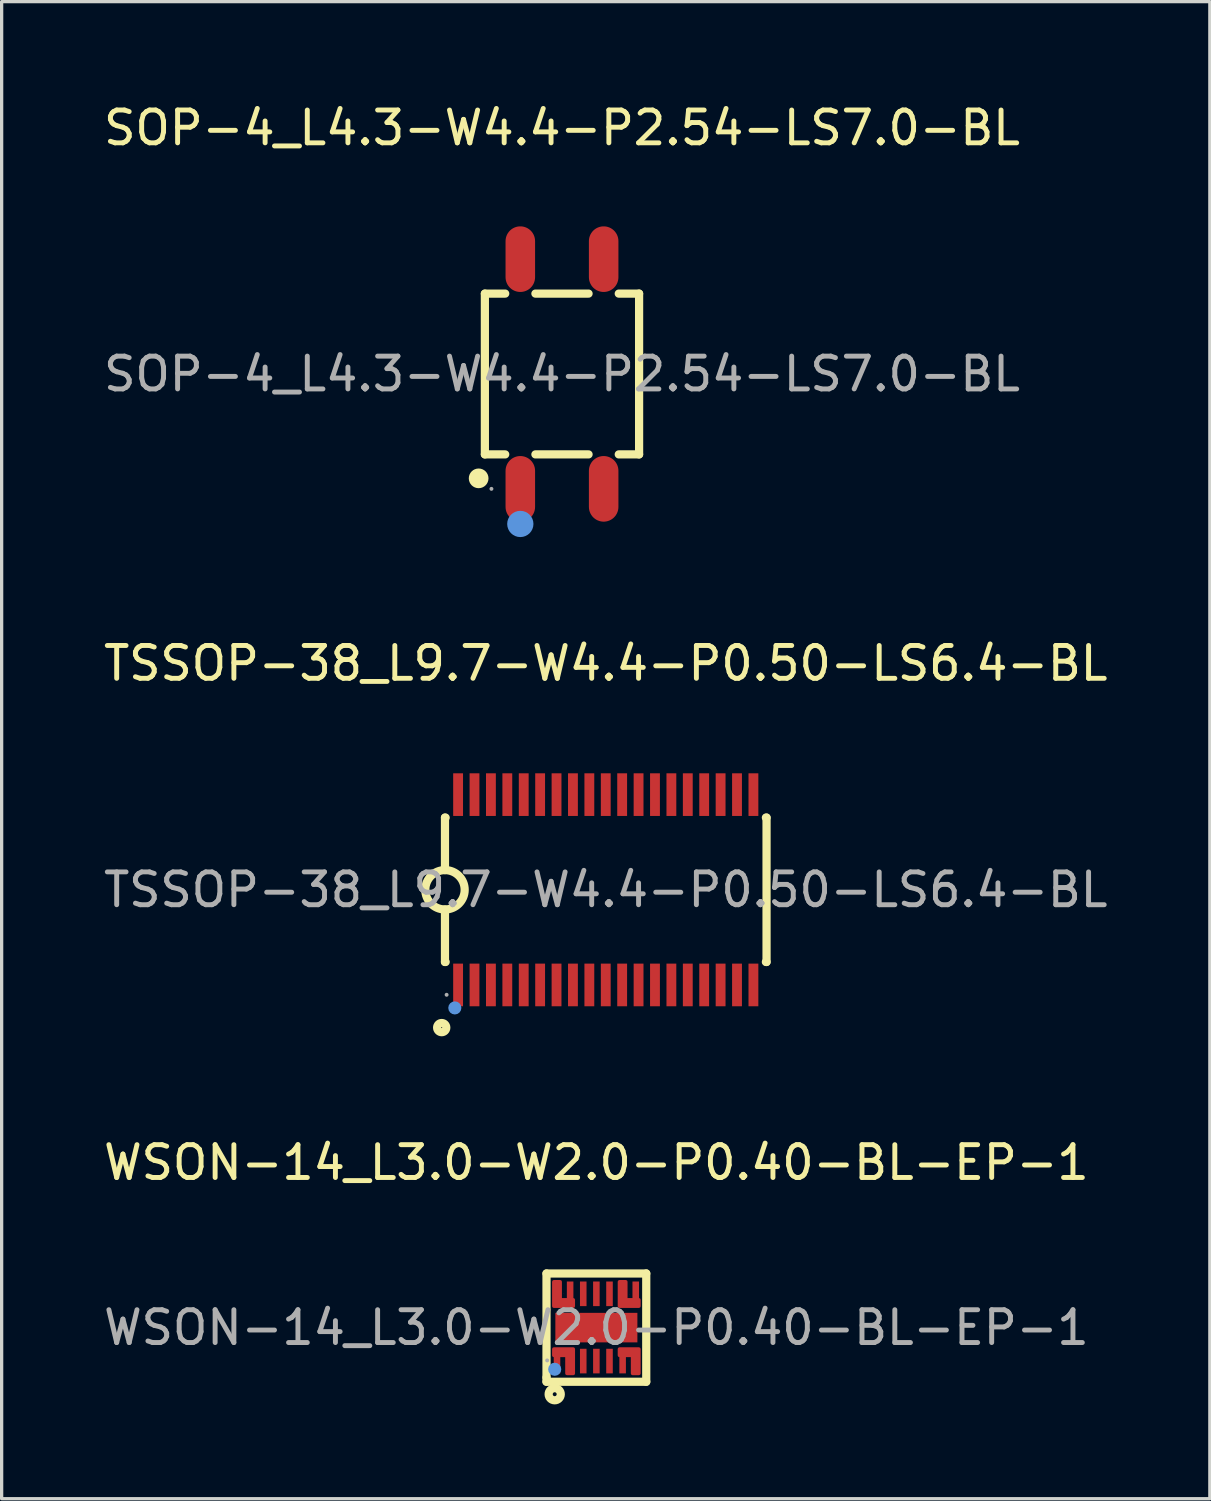
<source format=kicad_pcb>
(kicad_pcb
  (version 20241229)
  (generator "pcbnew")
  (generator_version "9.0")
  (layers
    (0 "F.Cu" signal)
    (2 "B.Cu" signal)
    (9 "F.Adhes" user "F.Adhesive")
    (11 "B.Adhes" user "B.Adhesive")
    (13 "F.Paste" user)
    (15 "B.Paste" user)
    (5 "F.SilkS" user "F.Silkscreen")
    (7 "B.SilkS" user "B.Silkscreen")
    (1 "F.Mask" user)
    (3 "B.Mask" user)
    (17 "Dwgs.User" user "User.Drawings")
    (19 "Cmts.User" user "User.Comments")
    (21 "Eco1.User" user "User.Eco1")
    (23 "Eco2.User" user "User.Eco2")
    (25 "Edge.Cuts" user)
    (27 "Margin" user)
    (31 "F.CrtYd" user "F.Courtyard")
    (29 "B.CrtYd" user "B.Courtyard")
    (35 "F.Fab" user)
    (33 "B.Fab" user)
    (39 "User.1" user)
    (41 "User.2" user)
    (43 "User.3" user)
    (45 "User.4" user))
  (footprint "TSSOP-38_L9.7-W4.4-P0.50-LS6.4-BL"
    (layer "F.Cu")
    (at 15.411 24.067)
    (property "Reference" "TSSOP-38_L9.7-W4.4-P0.50-LS6.4-BL" (at 0 -6.9 0) (layer "F.SilkS") (effects (font (size 1 1) (thickness 0.15))))
    (attr smd)
    (fp_line (start -4.9 -2.2) (end -4.9 -0.6) (stroke (width 0.25) (type solid)) (layer "F.SilkS"))
    (fp_line (start -4.9 -2.2) (end -4.88 -2.2) (stroke (width 0.25) (type solid)) (layer "F.SilkS"))
    (fp_line (start -4.9 2.2) (end -4.9 0.6) (stroke (width 0.25) (type solid)) (layer "F.SilkS"))
    (fp_line (start -4.9 2.2) (end -4.88 2.2) (stroke (width 0.25) (type solid)) (layer "F.SilkS"))
    (fp_line (start 4.88 -2.2) (end 4.9 -2.2) (stroke (width 0.25) (type solid)) (layer "F.SilkS"))
    (fp_line (start 4.88 2.2) (end 4.9 2.2) (stroke (width 0.25) (type solid)) (layer "F.SilkS"))
    (fp_line (start 4.9 -2.2) (end 4.9 2.2) (stroke (width 0.25) (type solid)) (layer "F.SilkS"))
    (fp_arc (start -4.910471 0.599909) (mid -4.894764 -0.599978) (end -4.9 0.6) (stroke (width 0.25) (type solid)) (layer "F.SilkS"))
    (fp_circle (center -5 4.2) (end -4.86 4.2) (stroke (width 0.25) (type solid)) (fill no) (layer "F.SilkS"))
    (fp_circle (center -4.6 3.6) (end -4.5 3.6) (stroke (width 0.2) (type solid)) (fill no) (layer "Cmts.User"))
    (fp_circle (center -4.85 3.2) (end -4.82 3.2) (stroke (width 0.06) (type solid)) (fill no) (layer "F.Fab"))
    (fp_text user "${REFERENCE}" (at 0 0 0) (layer "F.Fab") (effects (font (size 1 1) (thickness 0.15))))
    (pad "1" smd rect (at -4.5 2.9 90) (size 1.3 0.3) (layers "F.Cu" "F.Mask" "F.Paste"))
    (pad "2" smd rect (at -4 2.9 90) (size 1.3 0.3) (layers "F.Cu" "F.Mask" "F.Paste"))
    (pad "3" smd rect (at -3.5 2.9 90) (size 1.3 0.3) (layers "F.Cu" "F.Mask" "F.Paste"))
    (pad "4" smd rect (at -3 2.9 90) (size 1.3 0.3) (layers "F.Cu" "F.Mask" "F.Paste"))
    (pad "5" smd rect (at -2.5 2.9 90) (size 1.3 0.3) (layers "F.Cu" "F.Mask" "F.Paste"))
    (pad "6" smd rect (at -2 2.9 90) (size 1.3 0.3) (layers "F.Cu" "F.Mask" "F.Paste"))
    (pad "7" smd rect (at -1.5 2.9 90) (size 1.3 0.3) (layers "F.Cu" "F.Mask" "F.Paste"))
    (pad "8" smd rect (at -1 2.9 90) (size 1.3 0.3) (layers "F.Cu" "F.Mask" "F.Paste"))
    (pad "9" smd rect (at -0.5 2.9 90) (size 1.3 0.3) (layers "F.Cu" "F.Mask" "F.Paste"))
    (pad "10" smd rect (at 0 2.9 90) (size 1.3 0.3) (layers "F.Cu" "F.Mask" "F.Paste"))
    (pad "11" smd rect (at 0.5 2.9 90) (size 1.3 0.3) (layers "F.Cu" "F.Mask" "F.Paste"))
    (pad "12" smd rect (at 1 2.9 90) (size 1.3 0.3) (layers "F.Cu" "F.Mask" "F.Paste"))
    (pad "13" smd rect (at 1.5 2.9 90) (size 1.3 0.3) (layers "F.Cu" "F.Mask" "F.Paste"))
    (pad "14" smd rect (at 2 2.9 90) (size 1.3 0.3) (layers "F.Cu" "F.Mask" "F.Paste"))
    (pad "15" smd rect (at 2.5 2.9 90) (size 1.3 0.3) (layers "F.Cu" "F.Mask" "F.Paste"))
    (pad "16" smd rect (at 3 2.9 90) (size 1.3 0.3) (layers "F.Cu" "F.Mask" "F.Paste"))
    (pad "17" smd rect (at 3.5 2.9 90) (size 1.3 0.3) (layers "F.Cu" "F.Mask" "F.Paste"))
    (pad "18" smd rect (at 4 2.9 90) (size 1.3 0.3) (layers "F.Cu" "F.Mask" "F.Paste"))
    (pad "19" smd rect (at 4.5 2.9 90) (size 1.3 0.3) (layers "F.Cu" "F.Mask" "F.Paste"))
    (pad "20" smd rect (at 4.5 -2.9 90) (size 1.3 0.3) (layers "F.Cu" "F.Mask" "F.Paste"))
    (pad "21" smd rect (at 4 -2.9 90) (size 1.3 0.3) (layers "F.Cu" "F.Mask" "F.Paste"))
    (pad "22" smd rect (at 3.5 -2.9 90) (size 1.3 0.3) (layers "F.Cu" "F.Mask" "F.Paste"))
    (pad "23" smd rect (at 3 -2.9 90) (size 1.3 0.3) (layers "F.Cu" "F.Mask" "F.Paste"))
    (pad "24" smd rect (at 2.5 -2.9 90) (size 1.3 0.3) (layers "F.Cu" "F.Mask" "F.Paste"))
    (pad "25" smd rect (at 2 -2.9 90) (size 1.3 0.3) (layers "F.Cu" "F.Mask" "F.Paste"))
    (pad "26" smd rect (at 1.5 -2.9 90) (size 1.3 0.3) (layers "F.Cu" "F.Mask" "F.Paste"))
    (pad "27" smd rect (at 1 -2.9 90) (size 1.3 0.3) (layers "F.Cu" "F.Mask" "F.Paste"))
    (pad "28" smd rect (at 0.5 -2.9 90) (size 1.3 0.3) (layers "F.Cu" "F.Mask" "F.Paste"))
    (pad "29" smd rect (at 0 -2.9 90) (size 1.3 0.3) (layers "F.Cu" "F.Mask" "F.Paste"))
    (pad "30" smd rect (at -0.5 -2.9 90) (size 1.3 0.3) (layers "F.Cu" "F.Mask" "F.Paste"))
    (pad "31" smd rect (at -1 -2.9 90) (size 1.3 0.3) (layers "F.Cu" "F.Mask" "F.Paste"))
    (pad "32" smd rect (at -1.5 -2.9 90) (size 1.3 0.3) (layers "F.Cu" "F.Mask" "F.Paste"))
    (pad "33" smd rect (at -2 -2.9 90) (size 1.3 0.3) (layers "F.Cu" "F.Mask" "F.Paste"))
    (pad "34" smd rect (at -2.5 -2.9 90) (size 1.3 0.3) (layers "F.Cu" "F.Mask" "F.Paste"))
    (pad "35" smd rect (at -3 -2.9 90) (size 1.3 0.3) (layers "F.Cu" "F.Mask" "F.Paste"))
    (pad "36" smd rect (at -3.5 -2.9 90) (size 1.3 0.3) (layers "F.Cu" "F.Mask" "F.Paste"))
    (pad "37" smd rect (at -4 -2.9 90) (size 1.3 0.3) (layers "F.Cu" "F.Mask" "F.Paste"))
    (pad "38" smd rect (at -4.5 -2.9 90) (size 1.3 0.3) (layers "F.Cu" "F.Mask" "F.Paste")))
  (footprint "SOP-4_L4.3-W4.4-P2.54-LS7.0-BL"
    (layer "F.Cu")
    (at 14.077 8.348)
    (property "Reference" "SOP-4_L4.3-W4.4-P2.54-LS7.0-BL" (at 0 -7.5 0) (layer "F.SilkS") (effects (font (size 1 1) (thickness 0.15))))
    (attr smd)
    (fp_line (start -2.35 -2.45) (end -2.35 2.45) (stroke (width 0.25) (type solid)) (layer "F.SilkS"))
    (fp_line (start -2.35 -2.45) (end -1.73 -2.45) (stroke (width 0.25) (type solid)) (layer "F.SilkS"))
    (fp_line (start -2.35 2.45) (end -1.73 2.45) (stroke (width 0.25) (type solid)) (layer "F.SilkS"))
    (fp_line (start -0.81 -2.45) (end 0.81 -2.45) (stroke (width 0.25) (type solid)) (layer "F.SilkS"))
    (fp_line (start -0.81 2.45) (end 0.81 2.45) (stroke (width 0.25) (type solid)) (layer "F.SilkS"))
    (fp_line (start 1.73 -2.45) (end 2.35 -2.45) (stroke (width 0.25) (type solid)) (layer "F.SilkS"))
    (fp_line (start 1.73 2.45) (end 2.35 2.45) (stroke (width 0.25) (type solid)) (layer "F.SilkS"))
    (fp_line (start 2.35 -2.45) (end 2.35 2.45) (stroke (width 0.25) (type solid)) (layer "F.SilkS"))
    (fp_arc (start -2.54 3.18) (mid -2.54 3.18) (end -2.54 3.18) (stroke (width 0.3) (type solid)) (layer "F.SilkS"))
    (fp_circle (center -1.27 4.57) (end -1.07 4.57) (stroke (width 0.4) (type solid)) (fill no) (layer "Cmts.User"))
    (fp_circle (center -2.15 3.5) (end -2.12 3.5) (stroke (width 0.06) (type solid)) (fill no) (layer "F.Fab"))
    (fp_text user "${REFERENCE}" (at 0 0 0) (layer "F.Fab") (effects (font (size 1 1) (thickness 0.15))))
    (pad "1" smd oval (at -1.27 3.5 180) (size 0.9 2) (layers "F.Cu" "F.Mask" "F.Paste"))
    (pad "2" smd oval (at 1.27 3.5 180) (size 0.9 2) (layers "F.Cu" "F.Mask" "F.Paste"))
    (pad "3" smd oval (at 1.27 -3.5 180) (size 0.9 2) (layers "F.Cu" "F.Mask" "F.Paste"))
    (pad "4" smd oval (at -1.27 -3.5 180) (size 0.9 2) (layers "F.Cu" "F.Mask" "F.Paste")))
  (footprint "WSON-14_L3.0-W2.0-P0.40-BL-EP-1"
    (layer "F.Cu")
    (at 15.125 37.41)
    (property "Reference" "WSON-14_L3.0-W2.0-P0.40-BL-EP-1" (at 0 -5.03 0) (layer "F.SilkS") (effects (font (size 1 1) (thickness 0.15))))
    (attr smd)
    (fp_line (start -1.52 -1.65) (end 1.52 -1.65) (stroke (width 0.25) (type solid)) (layer "F.SilkS"))
    (fp_line (start -1.52 1.52) (end -1.52 -1.65) (stroke (width 0.25) (type solid)) (layer "F.SilkS"))
    (fp_line (start -1.52 1.65) (end -1.52 1.52) (stroke (width 0.25) (type solid)) (layer "F.SilkS"))
    (fp_line (start 1.52 -1.65) (end 1.52 1.65) (stroke (width 0.25) (type solid)) (layer "F.SilkS"))
    (fp_line (start 1.52 1.65) (end -1.52 1.65) (stroke (width 0.25) (type solid)) (layer "F.SilkS"))
    (fp_circle (center -1.27 2.03) (end -1.21 2.03) (stroke (width 0.25) (type solid)) (fill no) (layer "F.SilkS"))
    (fp_circle (center -1.27 1.27) (end -1.17 1.27) (stroke (width 0.2) (type solid)) (fill no) (layer "Cmts.User"))
    (fp_circle (center -1.5 1) (end -1.47 1) (stroke (width 0.06) (type solid)) (fill no) (layer "F.Fab"))
    (fp_text user "${REFERENCE}" (at 0 0 0) (layer "F.Fab") (effects (font (size 1 1) (thickness 0.15))))
    (pad "1" smd rect (at -1.2 1.02) (size 0.2 0.75) (layers "F.Cu" "F.Mask" "F.Paste"))
    (pad "2" smd custom (at -1 1.02) (size 0.01 0.01) (layers "F.Cu" "F.Mask" "F.Paste") (options (anchor circle)) (primitives (gr_poly (pts (xy 0.3 -0.17) (xy 0.3 -0.37) (xy 0.1 -0.37) (xy -0.3 -0.37) (xy -0.3 -0.17) (xy 0.1 -0.17) (xy 0.1 0.38) (xy 0.3 0.38) (xy 0.3 -0.17)) (width 0.1) (fill yes))))
    (pad "3" smd rect (at -0.4 1.02) (size 0.2 0.75) (layers "F.Cu" "F.Mask" "F.Paste"))
    (pad "4" smd rect (at 0 1.02) (size 0.2 0.75) (layers "F.Cu" "F.Mask" "F.Paste"))
    (pad "5" smd rect (at 0.4 1.02) (size 0.2 0.75) (layers "F.Cu" "F.Mask" "F.Paste"))
    (pad "6" smd rect (at 0.8 1.02) (size 0.2 0.75) (layers "F.Cu" "F.Mask" "F.Paste"))
    (pad "7" smd custom (at 1 1.02) (size 0.01 0.01) (layers "F.Cu" "F.Mask" "F.Paste") (options (anchor circle)) (primitives (gr_poly (pts (xy 0.3 -0.17) (xy 0.3 -0.37) (xy 0.1 -0.37) (xy -0.3 -0.37) (xy -0.3 -0.17) (xy 0.1 -0.17) (xy 0.1 0.38) (xy 0.3 0.38) (xy 0.3 -0.17)) (width 0.1) (fill yes))))
    (pad "8" smd rect (at 1.2 -1.03) (size 0.2 0.75) (layers "F.Cu" "F.Mask" "F.Paste"))
    (pad "9" smd custom (at 1 -1.02) (size 0.01 0.01) (layers "F.Cu" "F.Mask" "F.Paste") (options (anchor circle)) (primitives (gr_poly (pts (xy -0.3 0.17) (xy -0.3 0.37) (xy -0.1 0.37) (xy 0.3 0.37) (xy 0.3 0.17) (xy -0.1 0.17) (xy -0.1 -0.38) (xy -0.3 -0.38) (xy -0.3 0.17)) (width 0.1) (fill yes))))
    (pad "10" smd rect (at 0.4 -1.03) (size 0.2 0.75) (layers "F.Cu" "F.Mask" "F.Paste"))
    (pad "11" smd rect (at 0 -1.03) (size 0.2 0.75) (layers "F.Cu" "F.Mask" "F.Paste"))
    (pad "12" smd rect (at -0.4 -1.03) (size 0.2 0.75) (layers "F.Cu" "F.Mask" "F.Paste"))
    (pad "13" smd rect (at -0.8 -1.03) (size 0.2 0.75) (layers "F.Cu" "F.Mask" "F.Paste"))
    (pad "14" smd custom (at -1 -1.03) (size 0.01 0.01) (layers "F.Cu" "F.Mask" "F.Paste") (options (anchor circle)) (primitives (gr_poly (pts (xy -0.3 0.18) (xy -0.3 0.38) (xy -0.1 0.38) (xy 0.3 0.38) (xy 0.3 0.18) (xy -0.1 0.18) (xy -0.1 -0.37) (xy -0.3 -0.37) (xy -0.3 0.18)) (width 0.1) (fill yes))))
    (pad "15" smd rect (at 0 0) (size 2.5 0.9) (layers "F.Cu" "F.Mask" "F.Paste")))
  (gr_rect
    (start -3 -3)
    (end 33.821 42.625)
    (stroke (width 0.1) (type default))
    (fill no)
    (layer "Edge.Cuts")))
</source>
